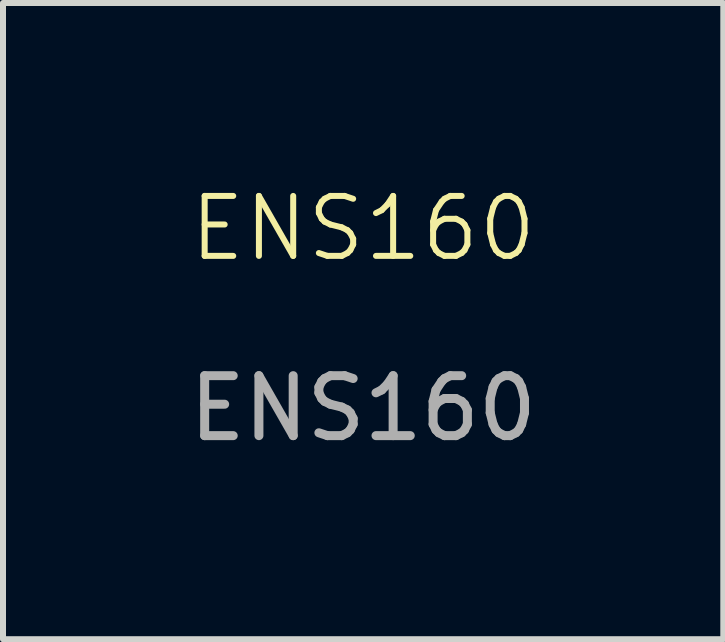
<source format=kicad_pcb>
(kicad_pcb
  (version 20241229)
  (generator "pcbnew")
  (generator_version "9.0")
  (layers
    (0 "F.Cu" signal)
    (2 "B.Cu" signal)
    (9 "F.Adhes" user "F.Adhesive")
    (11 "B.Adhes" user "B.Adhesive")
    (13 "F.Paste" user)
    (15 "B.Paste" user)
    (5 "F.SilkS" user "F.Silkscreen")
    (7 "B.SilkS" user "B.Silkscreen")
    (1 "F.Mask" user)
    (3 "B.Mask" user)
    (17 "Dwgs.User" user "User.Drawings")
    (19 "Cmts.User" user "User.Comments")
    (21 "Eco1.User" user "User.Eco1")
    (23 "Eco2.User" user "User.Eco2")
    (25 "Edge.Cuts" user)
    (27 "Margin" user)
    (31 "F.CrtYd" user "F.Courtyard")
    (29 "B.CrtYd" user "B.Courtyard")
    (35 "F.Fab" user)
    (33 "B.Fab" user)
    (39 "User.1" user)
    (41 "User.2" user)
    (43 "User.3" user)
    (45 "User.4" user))
  (footprint "ENS160"
    (layer "F.Cu")
    (at 3.006 1.26)
    (property "Reference" "ENS160" (at 0 -0.5 0) (unlocked yes) (layer "F.SilkS") (effects (font (size 1 1) (thickness 0.1))))
    (attr smd)
    (fp_text user "${REFERENCE}" (at 0 2.5 0) (unlocked yes) (layer "F.Fab") (effects (font (size 1 1) (thickness 0.15)))))
  (gr_rect
    (start -3 -3)
    (end 9.012 7.609)
    (stroke (width 0.1) (type default))
    (fill no)
    (layer "Edge.Cuts")))
</source>
